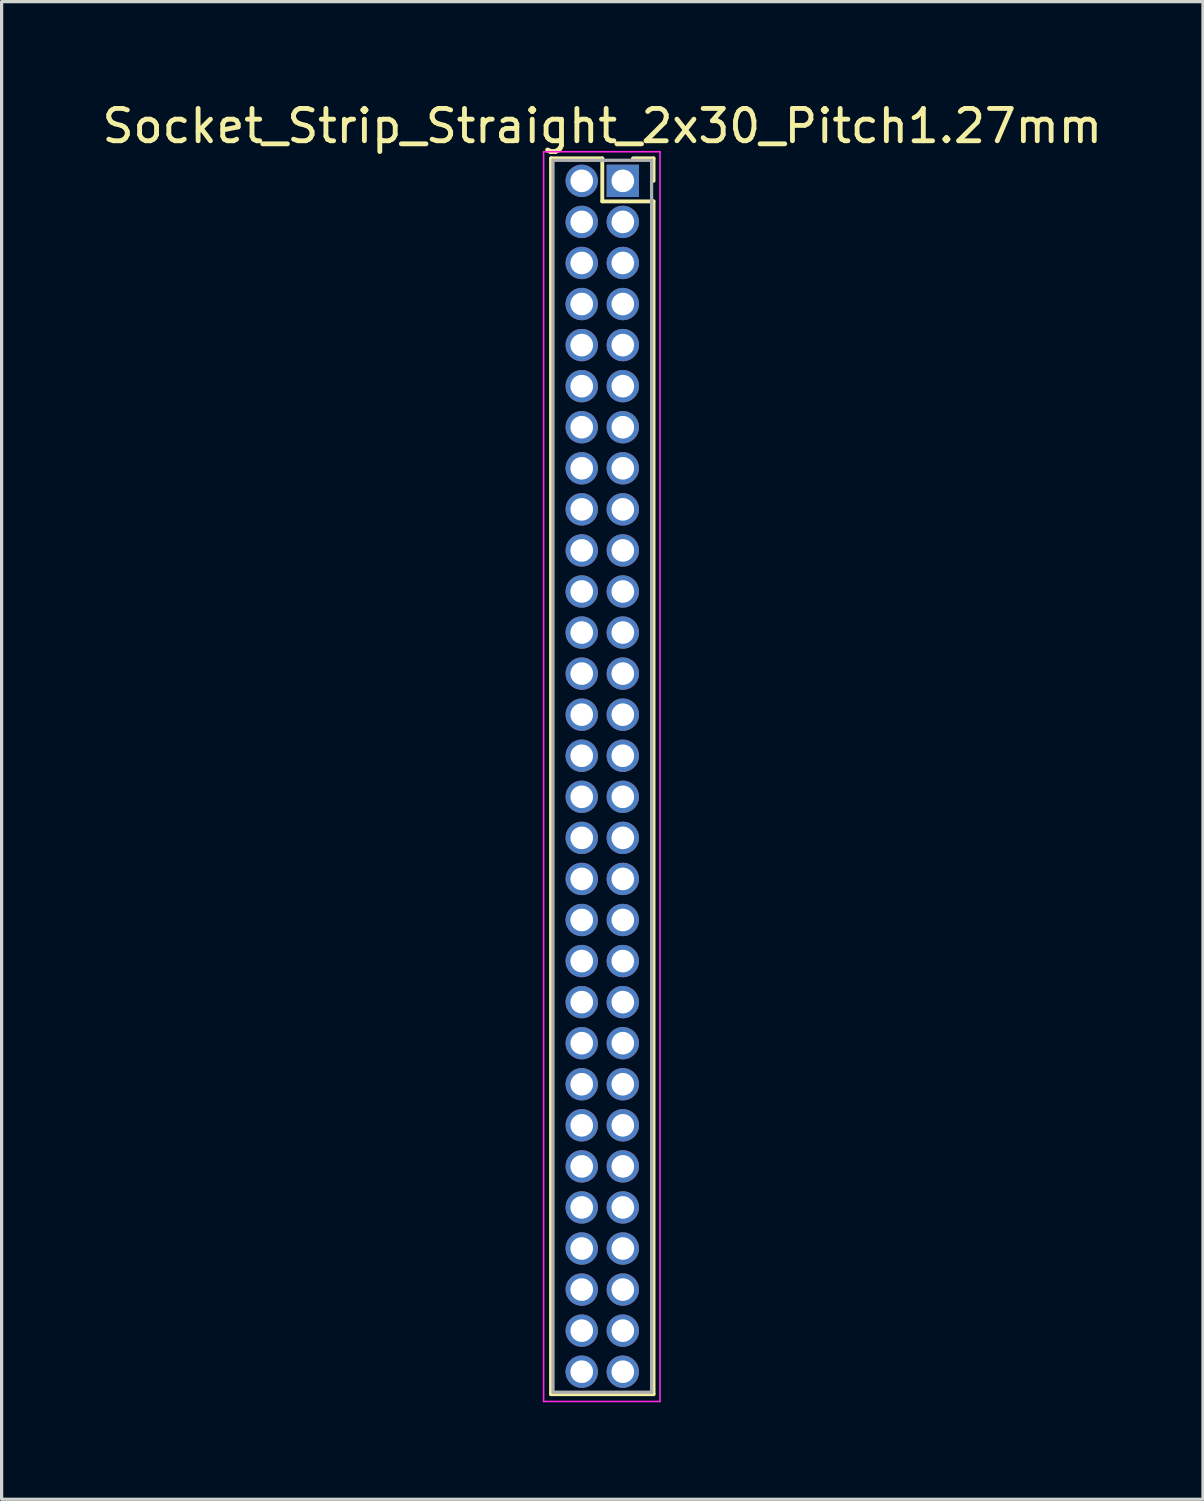
<source format=kicad_pcb>
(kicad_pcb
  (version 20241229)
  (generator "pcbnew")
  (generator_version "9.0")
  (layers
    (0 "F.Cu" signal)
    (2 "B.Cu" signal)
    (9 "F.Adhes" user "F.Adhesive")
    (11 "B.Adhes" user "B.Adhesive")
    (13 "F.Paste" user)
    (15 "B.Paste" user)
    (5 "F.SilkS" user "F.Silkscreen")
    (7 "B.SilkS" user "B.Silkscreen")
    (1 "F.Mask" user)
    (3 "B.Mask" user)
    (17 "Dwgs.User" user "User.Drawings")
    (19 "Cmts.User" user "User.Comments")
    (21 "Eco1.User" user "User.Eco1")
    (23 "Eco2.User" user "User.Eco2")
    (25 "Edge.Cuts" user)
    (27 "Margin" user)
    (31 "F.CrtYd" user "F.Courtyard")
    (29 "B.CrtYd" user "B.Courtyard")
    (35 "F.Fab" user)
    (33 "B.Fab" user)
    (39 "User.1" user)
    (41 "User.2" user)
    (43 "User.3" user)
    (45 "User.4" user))
  (footprint "Socket_Strip_Straight_2x30_Pitch1.27mm"
    (layer "F.Cu")
    (at 16.212 2.543)
    (property "Reference" "Socket_Strip_Straight_2x30_Pitch1.27mm" (at -0.635 -1.695 0) (layer "F.SilkS") (effects (font (size 1 1) (thickness 0.15))))
    (attr through_hole)
    (fp_line (start -2.22 -0.695) (end -0.635 -0.695) (stroke (width 0.12) (type solid)) (layer "F.SilkS"))
    (fp_line (start -2.22 37.525) (end -2.22 -0.695) (stroke (width 0.12) (type solid)) (layer "F.SilkS"))
    (fp_line (start -0.635 -0.695) (end -0.635 0.635) (stroke (width 0.12) (type solid)) (layer "F.SilkS"))
    (fp_line (start -0.635 0.635) (end 0.95 0.635) (stroke (width 0.12) (type solid)) (layer "F.SilkS"))
    (fp_line (start 0.95 -0.695) (end 0.315 -0.695) (stroke (width 0.12) (type solid)) (layer "F.SilkS"))
    (fp_line (start 0.95 0) (end 0.95 -0.695) (stroke (width 0.12) (type solid)) (layer "F.SilkS"))
    (fp_line (start 0.95 0.635) (end 0.95 37.525) (stroke (width 0.12) (type solid)) (layer "F.SilkS"))
    (fp_line (start 0.95 37.525) (end -2.22 37.525) (stroke (width 0.12) (type solid)) (layer "F.SilkS"))
    (fp_line (start -2.45 -0.9) (end -2.45 37.75) (stroke (width 0.05) (type solid)) (layer "F.CrtYd"))
    (fp_line (start -2.45 37.75) (end 1.15 37.75) (stroke (width 0.05) (type solid)) (layer "F.CrtYd"))
    (fp_line (start 1.15 -0.9) (end -2.45 -0.9) (stroke (width 0.05) (type solid)) (layer "F.CrtYd"))
    (fp_line (start 1.15 37.75) (end 1.15 -0.9) (stroke (width 0.05) (type solid)) (layer "F.CrtYd"))
    (fp_line (start -2.16 -0.635) (end -2.16 37.465) (stroke (width 0.1) (type solid)) (layer "F.Fab"))
    (fp_line (start -2.16 37.465) (end 0.89 37.465) (stroke (width 0.1) (type solid)) (layer "F.Fab"))
    (fp_line (start 0.89 -0.635) (end -2.16 -0.635) (stroke (width 0.1) (type solid)) (layer "F.Fab"))
    (fp_line (start 0.89 37.465) (end 0.89 -0.635) (stroke (width 0.1) (type solid)) (layer "F.Fab"))
    (pad "1" thru_hole rect (at 0 0) (size 1 1) (drill 0.7) (layers "*.Cu" "*.Mask"))
    (pad "2" thru_hole oval (at -1.27 0) (size 1 1) (drill 0.7) (layers "*.Cu" "*.Mask"))
    (pad "3" thru_hole oval (at 0 1.27) (size 1 1) (drill 0.7) (layers "*.Cu" "*.Mask"))
    (pad "4" thru_hole oval (at -1.27 1.27) (size 1 1) (drill 0.7) (layers "*.Cu" "*.Mask"))
    (pad "5" thru_hole oval (at 0 2.54) (size 1 1) (drill 0.7) (layers "*.Cu" "*.Mask"))
    (pad "6" thru_hole oval (at -1.27 2.54) (size 1 1) (drill 0.7) (layers "*.Cu" "*.Mask"))
    (pad "7" thru_hole oval (at 0 3.81) (size 1 1) (drill 0.7) (layers "*.Cu" "*.Mask"))
    (pad "8" thru_hole oval (at -1.27 3.81) (size 1 1) (drill 0.7) (layers "*.Cu" "*.Mask"))
    (pad "9" thru_hole oval (at 0 5.08) (size 1 1) (drill 0.7) (layers "*.Cu" "*.Mask"))
    (pad "10" thru_hole oval (at -1.27 5.08) (size 1 1) (drill 0.7) (layers "*.Cu" "*.Mask"))
    (pad "11" thru_hole oval (at 0 6.35) (size 1 1) (drill 0.7) (layers "*.Cu" "*.Mask"))
    (pad "12" thru_hole oval (at -1.27 6.35) (size 1 1) (drill 0.7) (layers "*.Cu" "*.Mask"))
    (pad "13" thru_hole oval (at 0 7.62) (size 1 1) (drill 0.7) (layers "*.Cu" "*.Mask"))
    (pad "14" thru_hole oval (at -1.27 7.62) (size 1 1) (drill 0.7) (layers "*.Cu" "*.Mask"))
    (pad "15" thru_hole oval (at 0 8.89) (size 1 1) (drill 0.7) (layers "*.Cu" "*.Mask"))
    (pad "16" thru_hole oval (at -1.27 8.89) (size 1 1) (drill 0.7) (layers "*.Cu" "*.Mask"))
    (pad "17" thru_hole oval (at 0 10.16) (size 1 1) (drill 0.7) (layers "*.Cu" "*.Mask"))
    (pad "18" thru_hole oval (at -1.27 10.16) (size 1 1) (drill 0.7) (layers "*.Cu" "*.Mask"))
    (pad "19" thru_hole oval (at 0 11.43) (size 1 1) (drill 0.7) (layers "*.Cu" "*.Mask"))
    (pad "20" thru_hole oval (at -1.27 11.43) (size 1 1) (drill 0.7) (layers "*.Cu" "*.Mask"))
    (pad "21" thru_hole oval (at 0 12.7) (size 1 1) (drill 0.7) (layers "*.Cu" "*.Mask"))
    (pad "22" thru_hole oval (at -1.27 12.7) (size 1 1) (drill 0.7) (layers "*.Cu" "*.Mask"))
    (pad "23" thru_hole oval (at 0 13.97) (size 1 1) (drill 0.7) (layers "*.Cu" "*.Mask"))
    (pad "24" thru_hole oval (at -1.27 13.97) (size 1 1) (drill 0.7) (layers "*.Cu" "*.Mask"))
    (pad "25" thru_hole oval (at 0 15.24) (size 1 1) (drill 0.7) (layers "*.Cu" "*.Mask"))
    (pad "26" thru_hole oval (at -1.27 15.24) (size 1 1) (drill 0.7) (layers "*.Cu" "*.Mask"))
    (pad "27" thru_hole oval (at 0 16.51) (size 1 1) (drill 0.7) (layers "*.Cu" "*.Mask"))
    (pad "28" thru_hole oval (at -1.27 16.51) (size 1 1) (drill 0.7) (layers "*.Cu" "*.Mask"))
    (pad "29" thru_hole oval (at 0 17.78) (size 1 1) (drill 0.7) (layers "*.Cu" "*.Mask"))
    (pad "30" thru_hole oval (at -1.27 17.78) (size 1 1) (drill 0.7) (layers "*.Cu" "*.Mask"))
    (pad "31" thru_hole oval (at 0 19.05) (size 1 1) (drill 0.7) (layers "*.Cu" "*.Mask"))
    (pad "32" thru_hole oval (at -1.27 19.05) (size 1 1) (drill 0.7) (layers "*.Cu" "*.Mask"))
    (pad "33" thru_hole oval (at 0 20.32) (size 1 1) (drill 0.7) (layers "*.Cu" "*.Mask"))
    (pad "34" thru_hole oval (at -1.27 20.32) (size 1 1) (drill 0.7) (layers "*.Cu" "*.Mask"))
    (pad "35" thru_hole oval (at 0 21.59) (size 1 1) (drill 0.7) (layers "*.Cu" "*.Mask"))
    (pad "36" thru_hole oval (at -1.27 21.59) (size 1 1) (drill 0.7) (layers "*.Cu" "*.Mask"))
    (pad "37" thru_hole oval (at 0 22.86) (size 1 1) (drill 0.7) (layers "*.Cu" "*.Mask"))
    (pad "38" thru_hole oval (at -1.27 22.86) (size 1 1) (drill 0.7) (layers "*.Cu" "*.Mask"))
    (pad "39" thru_hole oval (at 0 24.13) (size 1 1) (drill 0.7) (layers "*.Cu" "*.Mask"))
    (pad "40" thru_hole oval (at -1.27 24.13) (size 1 1) (drill 0.7) (layers "*.Cu" "*.Mask"))
    (pad "41" thru_hole oval (at 0 25.4) (size 1 1) (drill 0.7) (layers "*.Cu" "*.Mask"))
    (pad "42" thru_hole oval (at -1.27 25.4) (size 1 1) (drill 0.7) (layers "*.Cu" "*.Mask"))
    (pad "43" thru_hole oval (at 0 26.67) (size 1 1) (drill 0.7) (layers "*.Cu" "*.Mask"))
    (pad "44" thru_hole oval (at -1.27 26.67) (size 1 1) (drill 0.7) (layers "*.Cu" "*.Mask"))
    (pad "45" thru_hole oval (at 0 27.94) (size 1 1) (drill 0.7) (layers "*.Cu" "*.Mask"))
    (pad "46" thru_hole oval (at -1.27 27.94) (size 1 1) (drill 0.7) (layers "*.Cu" "*.Mask"))
    (pad "47" thru_hole oval (at 0 29.21) (size 1 1) (drill 0.7) (layers "*.Cu" "*.Mask"))
    (pad "48" thru_hole oval (at -1.27 29.21) (size 1 1) (drill 0.7) (layers "*.Cu" "*.Mask"))
    (pad "49" thru_hole oval (at 0 30.48) (size 1 1) (drill 0.7) (layers "*.Cu" "*.Mask"))
    (pad "50" thru_hole oval (at -1.27 30.48) (size 1 1) (drill 0.7) (layers "*.Cu" "*.Mask"))
    (pad "51" thru_hole oval (at 0 31.75) (size 1 1) (drill 0.7) (layers "*.Cu" "*.Mask"))
    (pad "52" thru_hole oval (at -1.27 31.75) (size 1 1) (drill 0.7) (layers "*.Cu" "*.Mask"))
    (pad "53" thru_hole oval (at 0 33.02) (size 1 1) (drill 0.7) (layers "*.Cu" "*.Mask"))
    (pad "54" thru_hole oval (at -1.27 33.02) (size 1 1) (drill 0.7) (layers "*.Cu" "*.Mask"))
    (pad "55" thru_hole oval (at 0 34.29) (size 1 1) (drill 0.7) (layers "*.Cu" "*.Mask"))
    (pad "56" thru_hole oval (at -1.27 34.29) (size 1 1) (drill 0.7) (layers "*.Cu" "*.Mask"))
    (pad "57" thru_hole oval (at 0 35.56) (size 1 1) (drill 0.7) (layers "*.Cu" "*.Mask"))
    (pad "58" thru_hole oval (at -1.27 35.56) (size 1 1) (drill 0.7) (layers "*.Cu" "*.Mask"))
    (pad "59" thru_hole oval (at 0 36.83) (size 1 1) (drill 0.7) (layers "*.Cu" "*.Mask"))
    (pad "60" thru_hole oval (at -1.27 36.83) (size 1 1) (drill 0.7) (layers "*.Cu" "*.Mask")))
  (gr_rect
    (start -3 -3)
    (end 34.155 43.318)
    (stroke (width 0.1) (type default))
    (fill no)
    (layer "Edge.Cuts")))
</source>
